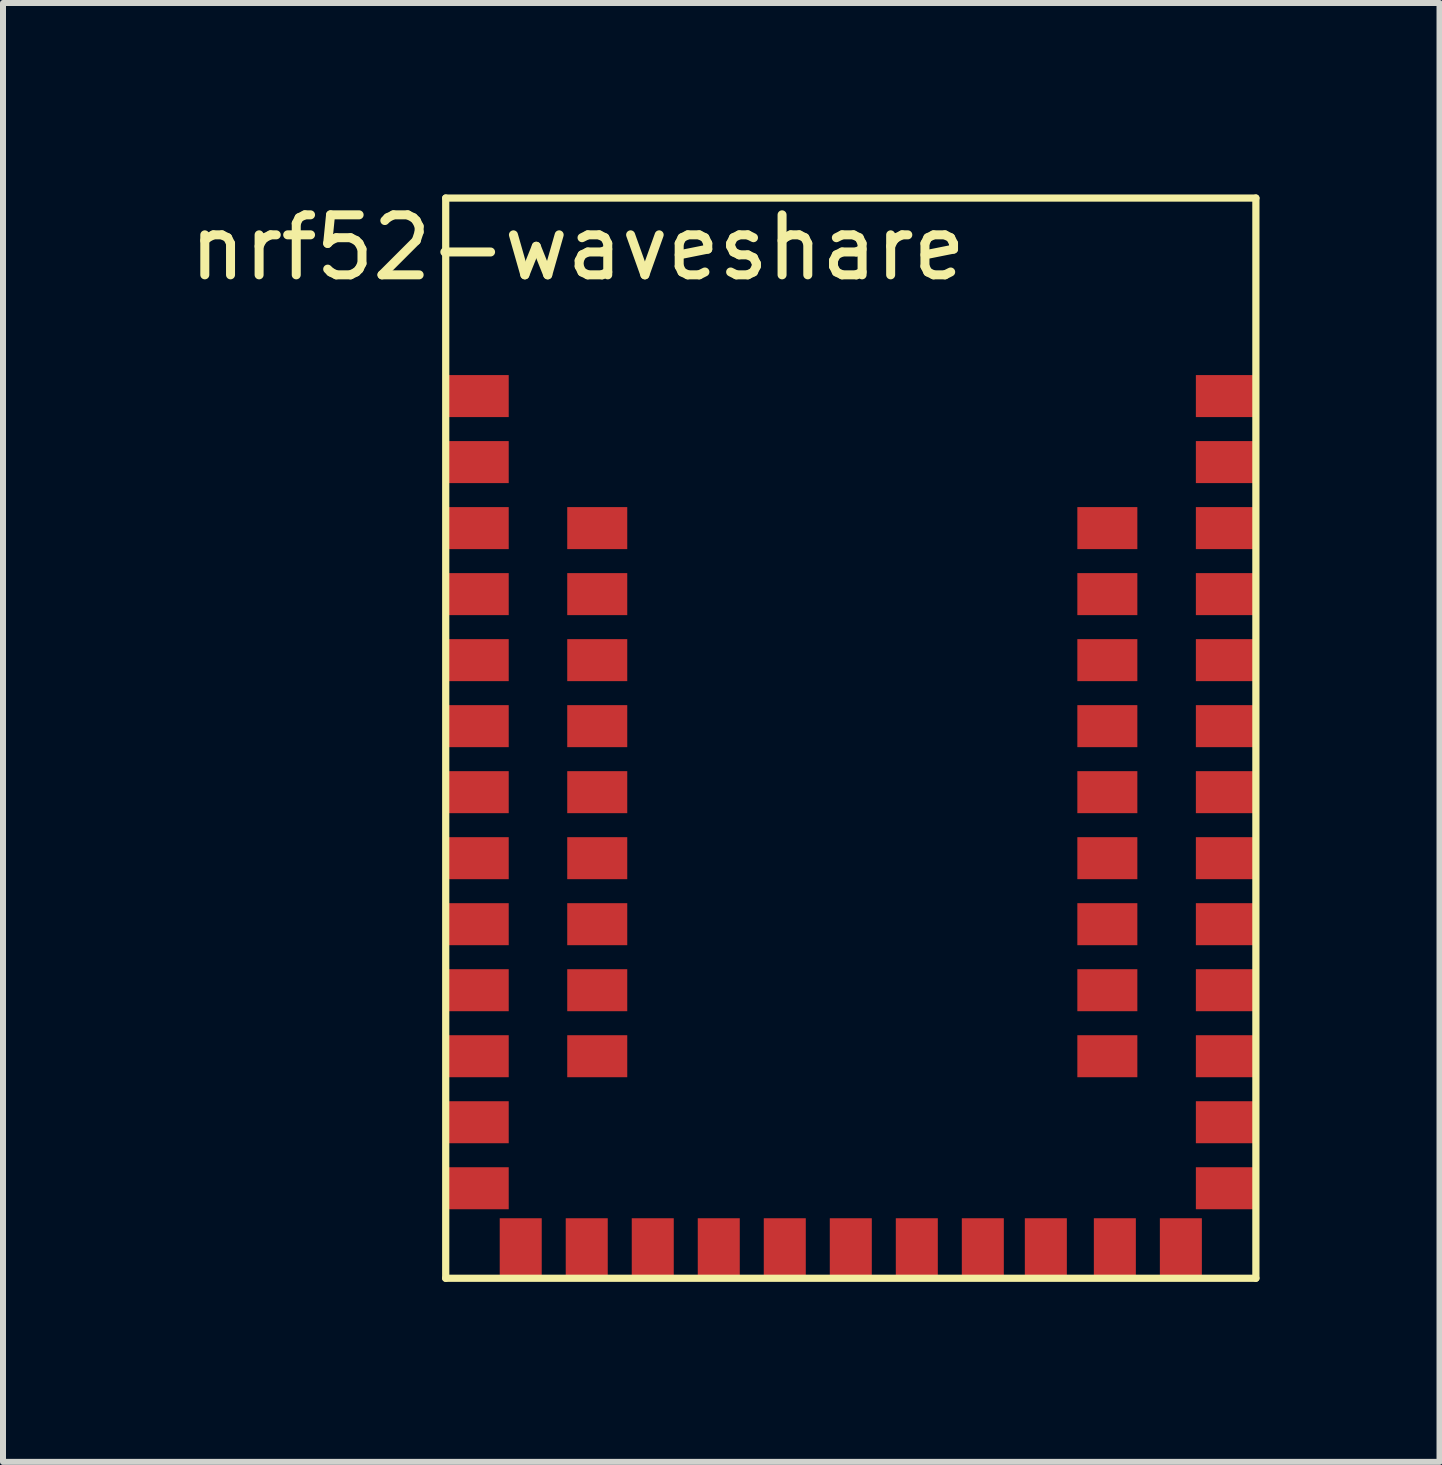
<source format=kicad_pcb>
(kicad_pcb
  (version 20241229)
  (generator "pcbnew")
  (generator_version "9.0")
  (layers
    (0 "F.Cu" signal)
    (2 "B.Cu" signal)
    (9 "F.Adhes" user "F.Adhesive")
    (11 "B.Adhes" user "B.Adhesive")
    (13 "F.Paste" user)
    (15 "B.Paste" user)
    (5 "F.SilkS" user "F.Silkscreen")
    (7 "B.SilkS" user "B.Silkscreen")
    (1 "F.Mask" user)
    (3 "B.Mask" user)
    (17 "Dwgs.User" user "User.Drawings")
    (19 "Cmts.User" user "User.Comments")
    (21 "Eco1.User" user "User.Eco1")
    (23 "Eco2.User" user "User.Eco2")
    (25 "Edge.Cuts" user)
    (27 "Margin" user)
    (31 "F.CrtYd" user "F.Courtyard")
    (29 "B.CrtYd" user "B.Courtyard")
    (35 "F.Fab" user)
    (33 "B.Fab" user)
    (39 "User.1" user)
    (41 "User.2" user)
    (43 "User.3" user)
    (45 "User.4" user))
  (footprint "nrf52-waveshare"
    (layer "F.Cu")
    (at 4.377 0.25)
    (property "Reference" "nrf52-waveshare" (at 2.2 0.825 0) (layer "F.SilkS") (effects (font (size 1 1) (thickness 0.15))))
    (attr through_hole)
    (fp_line (start 0 0) (end 0 18) (stroke (width 0.12) (type solid)) (layer "F.SilkS"))
    (fp_line (start 0 18) (end 13.5 18) (stroke (width 0.12) (type solid)) (layer "F.SilkS"))
    (fp_line (start 13.5 0) (end 0 0) (stroke (width 0.12) (type solid)) (layer "F.SilkS"))
    (fp_line (start 13.5 0) (end 13.5 18) (stroke (width 0.12) (type solid)) (layer "F.SilkS"))
    (pad "1" smd rect (at 13 3.3) (size 1 0.7) (layers "F.Cu" "F.Mask" "F.Paste"))
    (pad "2" smd rect (at 13 4.4) (size 1 0.7) (layers "F.Cu" "F.Mask" "F.Paste"))
    (pad "3" smd rect (at 13 5.5) (size 1 0.7) (layers "F.Cu" "F.Mask" "F.Paste"))
    (pad "4" smd rect (at 13 6.6) (size 1 0.7) (layers "F.Cu" "F.Mask" "F.Paste"))
    (pad "5" smd rect (at 13 7.7) (size 1 0.7) (layers "F.Cu" "F.Mask" "F.Paste"))
    (pad "6" smd rect (at 13 8.8) (size 1 0.7) (layers "F.Cu" "F.Mask" "F.Paste"))
    (pad "7" smd rect (at 13 9.9) (size 1 0.7) (layers "F.Cu" "F.Mask" "F.Paste"))
    (pad "8" smd rect (at 13 11) (size 1 0.7) (layers "F.Cu" "F.Mask" "F.Paste"))
    (pad "9" smd rect (at 13 12.1) (size 1 0.7) (layers "F.Cu" "F.Mask" "F.Paste"))
    (pad "10" smd rect (at 13 13.2) (size 1 0.7) (layers "F.Cu" "F.Mask" "F.Paste"))
    (pad "11" smd rect (at 13 14.3) (size 1 0.7) (layers "F.Cu" "F.Mask" "F.Paste"))
    (pad "12" smd rect (at 13 15.4) (size 1 0.7) (layers "F.Cu" "F.Mask" "F.Paste"))
    (pad "13" smd rect (at 13 16.5) (size 1 0.7) (layers "F.Cu" "F.Mask" "F.Paste"))
    (pad "14" smd rect (at 11.025 5.5) (size 1 0.7) (layers "F.Cu" "F.Mask" "F.Paste"))
    (pad "15" smd rect (at 11.025 6.6) (size 1 0.7) (layers "F.Cu" "F.Mask" "F.Paste"))
    (pad "16" smd rect (at 11.025 7.7) (size 1 0.7) (layers "F.Cu" "F.Mask" "F.Paste"))
    (pad "17" smd rect (at 11.025 8.8) (size 1 0.7) (layers "F.Cu" "F.Mask" "F.Paste"))
    (pad "18" smd rect (at 11.025 9.9) (size 1 0.7) (layers "F.Cu" "F.Mask" "F.Paste"))
    (pad "19" smd rect (at 11.025 11) (size 1 0.7) (layers "F.Cu" "F.Mask" "F.Paste"))
    (pad "20" smd rect (at 11.025 12.1) (size 1 0.7) (layers "F.Cu" "F.Mask" "F.Paste"))
    (pad "21" smd rect (at 11.025 13.2) (size 1 0.7) (layers "F.Cu" "F.Mask" "F.Paste"))
    (pad "22" smd rect (at 11.025 14.3) (size 1 0.7) (layers "F.Cu" "F.Mask" "F.Paste"))
    (pad "23" smd rect (at 2.525 5.5) (size 1 0.7) (layers "F.Cu" "F.Mask" "F.Paste"))
    (pad "24" smd rect (at 2.525 6.6) (size 1 0.7) (layers "F.Cu" "F.Mask" "F.Paste"))
    (pad "25" smd rect (at 2.525 7.7) (size 1 0.7) (layers "F.Cu" "F.Mask" "F.Paste"))
    (pad "26" smd rect (at 2.525 8.8) (size 1 0.7) (layers "F.Cu" "F.Mask" "F.Paste"))
    (pad "27" smd rect (at 2.525 9.9) (size 1 0.7) (layers "F.Cu" "F.Mask" "F.Paste"))
    (pad "28" smd rect (at 2.525 11) (size 1 0.7) (layers "F.Cu" "F.Mask" "F.Paste"))
    (pad "29" smd rect (at 2.525 12.1) (size 1 0.7) (layers "F.Cu" "F.Mask" "F.Paste"))
    (pad "30" smd rect (at 2.525 13.2) (size 1 0.7) (layers "F.Cu" "F.Mask" "F.Paste"))
    (pad "31" smd rect (at 2.525 14.3) (size 1 0.7) (layers "F.Cu" "F.Mask" "F.Paste"))
    (pad "32" smd rect (at 0.55 3.3) (size 1 0.7) (layers "F.Cu" "F.Mask" "F.Paste"))
    (pad "33" smd rect (at 0.55 4.4) (size 1 0.7) (layers "F.Cu" "F.Mask" "F.Paste"))
    (pad "34" smd rect (at 0.55 5.5) (size 1 0.7) (layers "F.Cu" "F.Mask" "F.Paste"))
    (pad "35" smd rect (at 0.55 6.6) (size 1 0.7) (layers "F.Cu" "F.Mask" "F.Paste"))
    (pad "36" smd rect (at 0.55 7.7) (size 1 0.7) (layers "F.Cu" "F.Mask" "F.Paste"))
    (pad "37" smd rect (at 0.55 8.8) (size 1 0.7) (layers "F.Cu" "F.Mask" "F.Paste"))
    (pad "38" smd rect (at 0.55 9.9) (size 1 0.7) (layers "F.Cu" "F.Mask" "F.Paste"))
    (pad "39" smd rect (at 0.55 11) (size 1 0.7) (layers "F.Cu" "F.Mask" "F.Paste"))
    (pad "40" smd rect (at 0.55 12.1) (size 1 0.7) (layers "F.Cu" "F.Mask" "F.Paste"))
    (pad "41" smd rect (at 0.55 13.2) (size 1 0.7) (layers "F.Cu" "F.Mask" "F.Paste"))
    (pad "42" smd rect (at 0.55 14.3) (size 1 0.7) (layers "F.Cu" "F.Mask" "F.Paste"))
    (pad "43" smd rect (at 0.55 15.4) (size 1 0.7) (layers "F.Cu" "F.Mask" "F.Paste"))
    (pad "44" smd rect (at 0.55 16.5) (size 1 0.7) (layers "F.Cu" "F.Mask" "F.Paste"))
    (pad "45" smd rect (at 12.25 17.5 90) (size 1 0.7) (layers "F.Cu" "F.Mask" "F.Paste"))
    (pad "46" smd rect (at 11.15 17.5 90) (size 1 0.7) (layers "F.Cu" "F.Mask" "F.Paste"))
    (pad "47" smd rect (at 10 17.5 90) (size 1 0.7) (layers "F.Cu" "F.Mask" "F.Paste"))
    (pad "48" smd rect (at 8.95 17.5 90) (size 1 0.7) (layers "F.Cu" "F.Mask" "F.Paste"))
    (pad "49" smd rect (at 7.85 17.5 90) (size 1 0.7) (layers "F.Cu" "F.Mask" "F.Paste"))
    (pad "50" smd rect (at 6.75 17.5 90) (size 1 0.7) (layers "F.Cu" "F.Mask" "F.Paste"))
    (pad "51" smd rect (at 5.65 17.5 90) (size 1 0.7) (layers "F.Cu" "F.Mask" "F.Paste"))
    (pad "52" smd rect (at 4.55 17.5 90) (size 1 0.7) (layers "F.Cu" "F.Mask" "F.Paste"))
    (pad "53" smd rect (at 3.45 17.5 90) (size 1 0.7) (layers "F.Cu" "F.Mask" "F.Paste"))
    (pad "54" smd rect (at 2.35 17.5 90) (size 1 0.7) (layers "F.Cu" "F.Mask" "F.Paste"))
    (pad "55" smd rect (at 1.25 17.5 90) (size 1 0.7) (layers "F.Cu" "F.Mask" "F.Paste")))
  (gr_rect
    (start -3 -3)
    (end 20.937 21.31)
    (stroke (width 0.1) (type default))
    (fill no)
    (layer "Edge.Cuts")))
</source>
